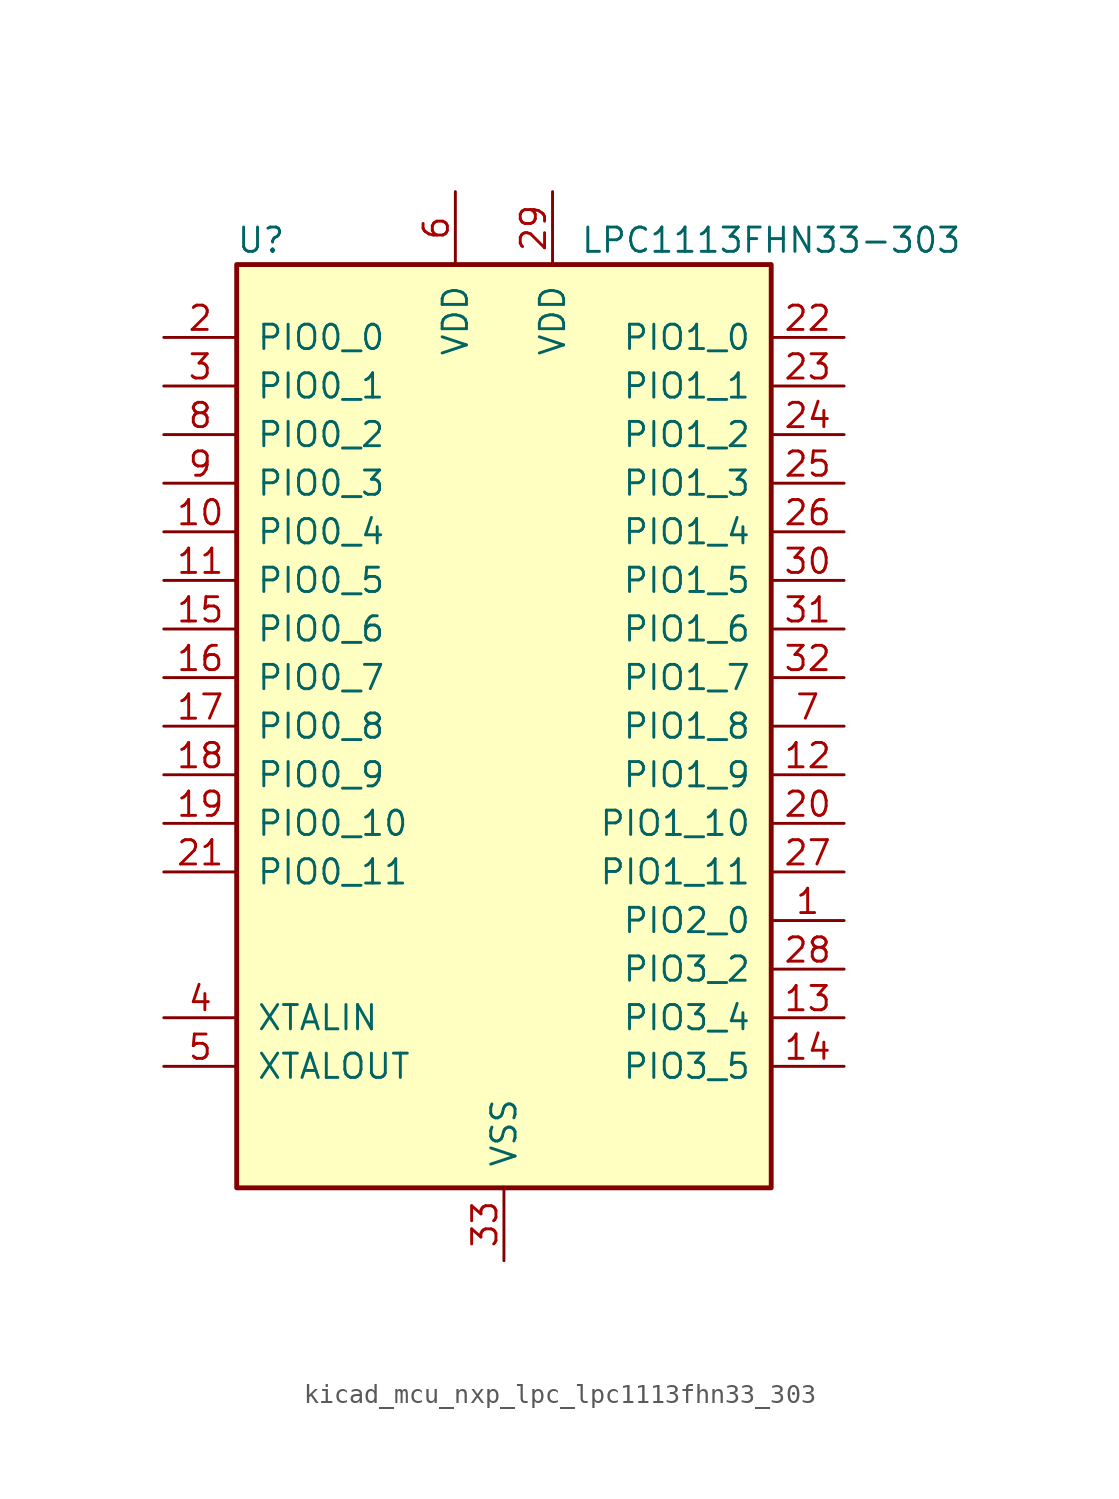
<source format=kicad_sym>
(kicad_symbol_lib
  (version 20220914)
  (generator kicad_symbol_editor)
  (symbol "kicad_mcu_nxp_lpc_lpc1113fhn33_303"
    (pin_names
      (offset 1.016))
    (property "Reference" "U"
      (at -12.7 25.4 0)
      (effects (font (size 1.27 1.27))))
    (property "Value" "LPC1113FHN33-303"
      (at 13.97 25.4 0)
      (effects (font (size 1.27 1.27))))
    (symbol "kicad_mcu_nxp_lpc_lpc1113fhn33_303_0_1"
      (rectangle (start -13.97 24.13) (end 13.97 -24.13) (stroke (width 0.254) (type default)) (fill (type background))))
    (symbol "kicad_mcu_nxp_lpc_lpc1113fhn33_303_1_1"
      (pin bidirectional line (at 17.78 -10.16 180) (length 3.81) (name "PIO2_0" (effects (font (size 1.27 1.27)))) (number "1" (effects (font (size 1.27 1.27)))))
      (pin bidirectional line (at -17.78 10.16 0) (length 3.81) (name "PIO0_4" (effects (font (size 1.27 1.27)))) (number "10" (effects (font (size 1.27 1.27)))))
      (pin bidirectional line (at -17.78 7.62 0) (length 3.81) (name "PIO0_5" (effects (font (size 1.27 1.27)))) (number "11" (effects (font (size 1.27 1.27)))))
      (pin bidirectional line (at 17.78 -2.54 180) (length 3.81) (name "PIO1_9" (effects (font (size 1.27 1.27)))) (number "12" (effects (font (size 1.27 1.27)))))
      (pin bidirectional line (at 17.78 -15.24 180) (length 3.81) (name "PIO3_4" (effects (font (size 1.27 1.27)))) (number "13" (effects (font (size 1.27 1.27)))))
      (pin bidirectional line (at 17.78 -17.78 180) (length 3.81) (name "PIO3_5" (effects (font (size 1.27 1.27)))) (number "14" (effects (font (size 1.27 1.27)))))
      (pin bidirectional line (at -17.78 5.08 0) (length 3.81) (name "PIO0_6" (effects (font (size 1.27 1.27)))) (number "15" (effects (font (size 1.27 1.27)))))
      (pin bidirectional line (at -17.78 2.54 0) (length 3.81) (name "PIO0_7" (effects (font (size 1.27 1.27)))) (number "16" (effects (font (size 1.27 1.27)))))
      (pin bidirectional line (at -17.78 0 0) (length 3.81) (name "PIO0_8" (effects (font (size 1.27 1.27)))) (number "17" (effects (font (size 1.27 1.27)))))
      (pin bidirectional line (at -17.78 -2.54 0) (length 3.81) (name "PIO0_9" (effects (font (size 1.27 1.27)))) (number "18" (effects (font (size 1.27 1.27)))))
      (pin bidirectional line (at -17.78 -5.08 0) (length 3.81) (name "PIO0_10" (effects (font (size 1.27 1.27)))) (number "19" (effects (font (size 1.27 1.27)))))
      (pin bidirectional line (at -17.78 20.32 0) (length 3.81) (name "PIO0_0" (effects (font (size 1.27 1.27)))) (number "2" (effects (font (size 1.27 1.27)))))
      (pin bidirectional line (at 17.78 -5.08 180) (length 3.81) (name "PIO1_10" (effects (font (size 1.27 1.27)))) (number "20" (effects (font (size 1.27 1.27)))))
      (pin bidirectional line (at -17.78 -7.62 0) (length 3.81) (name "PIO0_11" (effects (font (size 1.27 1.27)))) (number "21" (effects (font (size 1.27 1.27)))))
      (pin bidirectional line (at 17.78 20.32 180) (length 3.81) (name "PIO1_0" (effects (font (size 1.27 1.27)))) (number "22" (effects (font (size 1.27 1.27)))))
      (pin bidirectional line (at 17.78 17.78 180) (length 3.81) (name "PIO1_1" (effects (font (size 1.27 1.27)))) (number "23" (effects (font (size 1.27 1.27)))))
      (pin bidirectional line (at 17.78 15.24 180) (length 3.81) (name "PIO1_2" (effects (font (size 1.27 1.27)))) (number "24" (effects (font (size 1.27 1.27)))))
      (pin bidirectional line (at 17.78 12.7 180) (length 3.81) (name "PIO1_3" (effects (font (size 1.27 1.27)))) (number "25" (effects (font (size 1.27 1.27)))))
      (pin bidirectional line (at 17.78 10.16 180) (length 3.81) (name "PIO1_4" (effects (font (size 1.27 1.27)))) (number "26" (effects (font (size 1.27 1.27)))))
      (pin bidirectional line (at 17.78 -7.62 180) (length 3.81) (name "PIO1_11" (effects (font (size 1.27 1.27)))) (number "27" (effects (font (size 1.27 1.27)))))
      (pin bidirectional line (at 17.78 -12.7 180) (length 3.81) (name "PIO3_2" (effects (font (size 1.27 1.27)))) (number "28" (effects (font (size 1.27 1.27)))))
      (pin power_in line (at 2.54 27.94 270) (length 3.81) (name "VDD" (effects (font (size 1.27 1.27)))) (number "29" (effects (font (size 1.27 1.27)))))
      (pin bidirectional line (at -17.78 17.78 0) (length 3.81) (name "PIO0_1" (effects (font (size 1.27 1.27)))) (number "3" (effects (font (size 1.27 1.27)))))
      (pin bidirectional line (at 17.78 7.62 180) (length 3.81) (name "PIO1_5" (effects (font (size 1.27 1.27)))) (number "30" (effects (font (size 1.27 1.27)))))
      (pin bidirectional line (at 17.78 5.08 180) (length 3.81) (name "PIO1_6" (effects (font (size 1.27 1.27)))) (number "31" (effects (font (size 1.27 1.27)))))
      (pin bidirectional line (at 17.78 2.54 180) (length 3.81) (name "PIO1_7" (effects (font (size 1.27 1.27)))) (number "32" (effects (font (size 1.27 1.27)))))
      (pin power_in line (at 0 -27.94 90) (length 3.81) (name "VSS" (effects (font (size 1.27 1.27)))) (number "33" (effects (font (size 1.27 1.27)))))
      (pin input line (at -17.78 -15.24 0) (length 3.81) (name "XTALIN" (effects (font (size 1.27 1.27)))) (number "4" (effects (font (size 1.27 1.27)))))
      (pin output line (at -17.78 -17.78 0) (length 3.81) (name "XTALOUT" (effects (font (size 1.27 1.27)))) (number "5" (effects (font (size 1.27 1.27)))))
      (pin power_in line (at -2.54 27.94 270) (length 3.81) (name "VDD" (effects (font (size 1.27 1.27)))) (number "6" (effects (font (size 1.27 1.27)))))
      (pin bidirectional line (at 17.78 0 180) (length 3.81) (name "PIO1_8" (effects (font (size 1.27 1.27)))) (number "7" (effects (font (size 1.27 1.27)))))
      (pin bidirectional line (at -17.78 15.24 0) (length 3.81) (name "PIO0_2" (effects (font (size 1.27 1.27)))) (number "8" (effects (font (size 1.27 1.27)))))
      (pin bidirectional line (at -17.78 12.7 0) (length 3.81) (name "PIO0_3" (effects (font (size 1.27 1.27)))) (number "9" (effects (font (size 1.27 1.27))))))))
</source>
